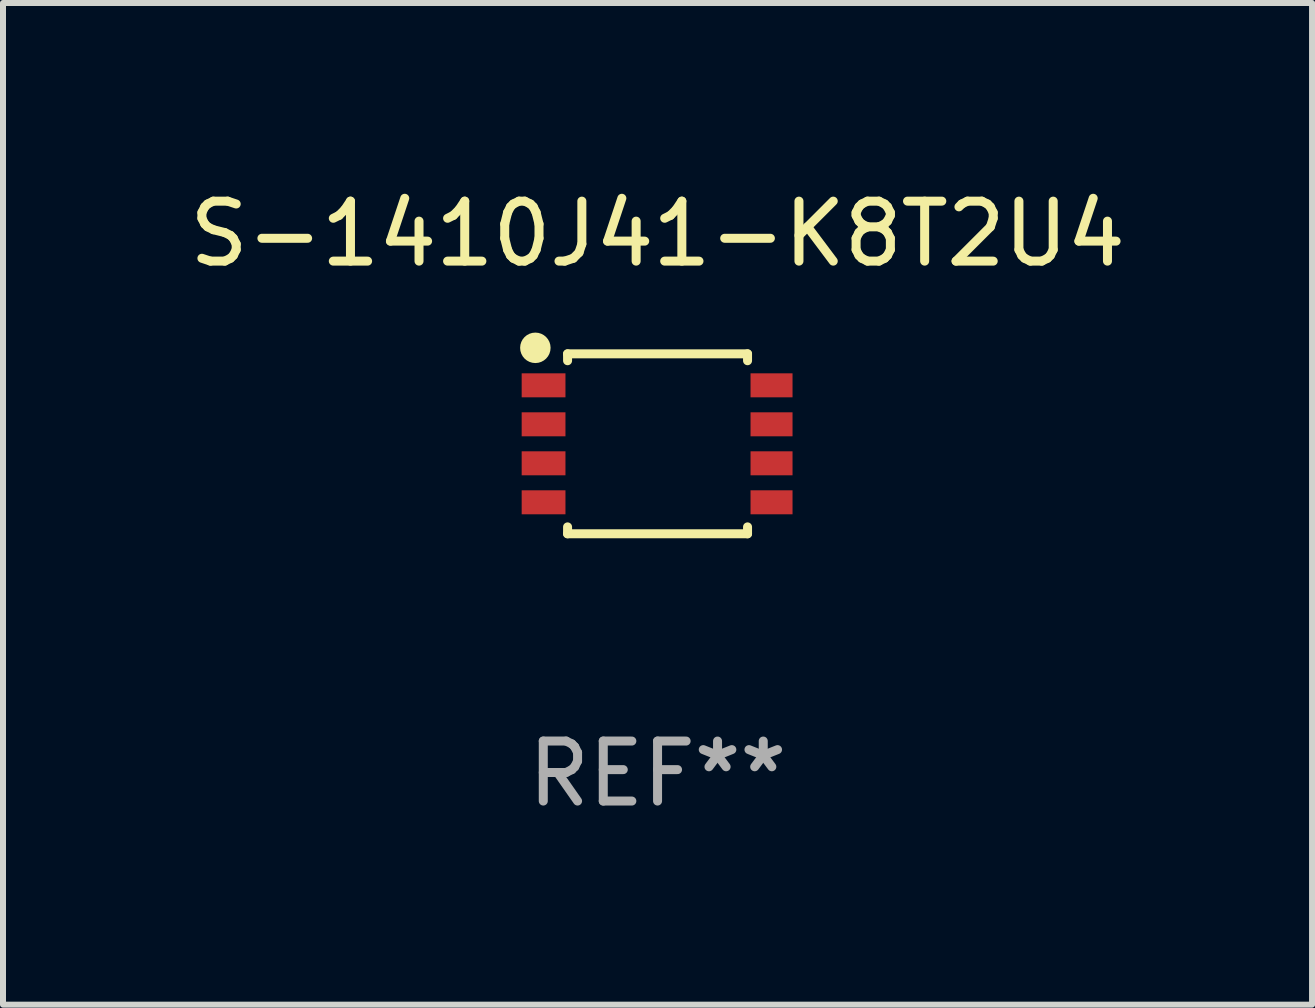
<source format=kicad_pcb>
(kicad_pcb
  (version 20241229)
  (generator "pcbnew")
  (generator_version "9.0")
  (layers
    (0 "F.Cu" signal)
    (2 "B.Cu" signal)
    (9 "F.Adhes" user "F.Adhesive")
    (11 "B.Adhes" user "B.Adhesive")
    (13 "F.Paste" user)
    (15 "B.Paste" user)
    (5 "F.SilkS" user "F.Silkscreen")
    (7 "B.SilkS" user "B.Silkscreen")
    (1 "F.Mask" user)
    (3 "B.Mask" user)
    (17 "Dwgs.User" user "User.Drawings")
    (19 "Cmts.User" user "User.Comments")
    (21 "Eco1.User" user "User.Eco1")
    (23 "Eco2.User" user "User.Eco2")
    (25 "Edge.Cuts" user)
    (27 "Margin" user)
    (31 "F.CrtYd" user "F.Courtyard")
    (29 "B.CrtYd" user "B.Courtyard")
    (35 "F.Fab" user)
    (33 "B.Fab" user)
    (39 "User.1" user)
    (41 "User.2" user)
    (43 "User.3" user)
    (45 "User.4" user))
  (footprint "S-1410J41-K8T2U4"
    (layer "F.Cu")
    (at 7.911 4.348)
    (property "Reference" "S-1410J41-K8T2U4" (at 0 -3.5 0) (layer "F.SilkS") (effects (font (size 1 1) (thickness 0.15))))
    (attr through_hole)
    (fp_line (start -1.5 -1.5) (end 1.5 -1.5) (stroke (width 0.15) (type solid)) (layer "F.SilkS"))
    (fp_line (start -1.5 -1.385) (end -1.5 -1.5) (stroke (width 0.15) (type solid)) (layer "F.SilkS"))
    (fp_line (start -1.5 1.5) (end -1.5 1.385) (stroke (width 0.15) (type solid)) (layer "F.SilkS"))
    (fp_line (start 1.5 -1.5) (end 1.5 -1.385) (stroke (width 0.15) (type solid)) (layer "F.SilkS"))
    (fp_line (start 1.5 1.385) (end 1.5 1.5) (stroke (width 0.15) (type solid)) (layer "F.SilkS"))
    (fp_line (start 1.5 1.5) (end -1.5 1.5) (stroke (width 0.15) (type solid)) (layer "F.SilkS"))
    (fp_circle (center -2.037 -1.6) (end -1.91 -1.6) (stroke (width 0.254) (type solid)) (fill no) (layer "F.SilkS"))
    (fp_text user "REF**" (at 0 5.5 0) (layer "F.Fab") (effects (font (size 1 1) (thickness 0.15))))
    (pad "1" smd rect (at -1.9 -0.975 180) (size 0.73 0.4) (layers "F.Cu" "F.Mask" "F.Paste"))
    (pad "2" smd rect (at -1.9 -0.325 180) (size 0.73 0.4) (layers "F.Cu" "F.Mask" "F.Paste"))
    (pad "3" smd rect (at -1.9 0.325 180) (size 0.73 0.4) (layers "F.Cu" "F.Mask" "F.Paste"))
    (pad "4" smd rect (at -1.9 0.975 180) (size 0.73 0.4) (layers "F.Cu" "F.Mask" "F.Paste"))
    (pad "5" smd rect (at 1.9 0.975 180) (size 0.7 0.4) (layers "F.Cu" "F.Mask" "F.Paste"))
    (pad "6" smd rect (at 1.9 0.325 180) (size 0.7 0.4) (layers "F.Cu" "F.Mask" "F.Paste"))
    (pad "7" smd rect (at 1.9 -0.325 180) (size 0.7 0.4) (layers "F.Cu" "F.Mask" "F.Paste"))
    (pad "8" smd rect (at 1.9 -0.975 180) (size 0.7 0.4) (layers "F.Cu" "F.Mask" "F.Paste")))
  (gr_rect
    (start -3 -3)
    (end 18.821 13.697)
    (stroke (width 0.1) (type default))
    (fill no)
    (layer "Edge.Cuts")))
</source>
